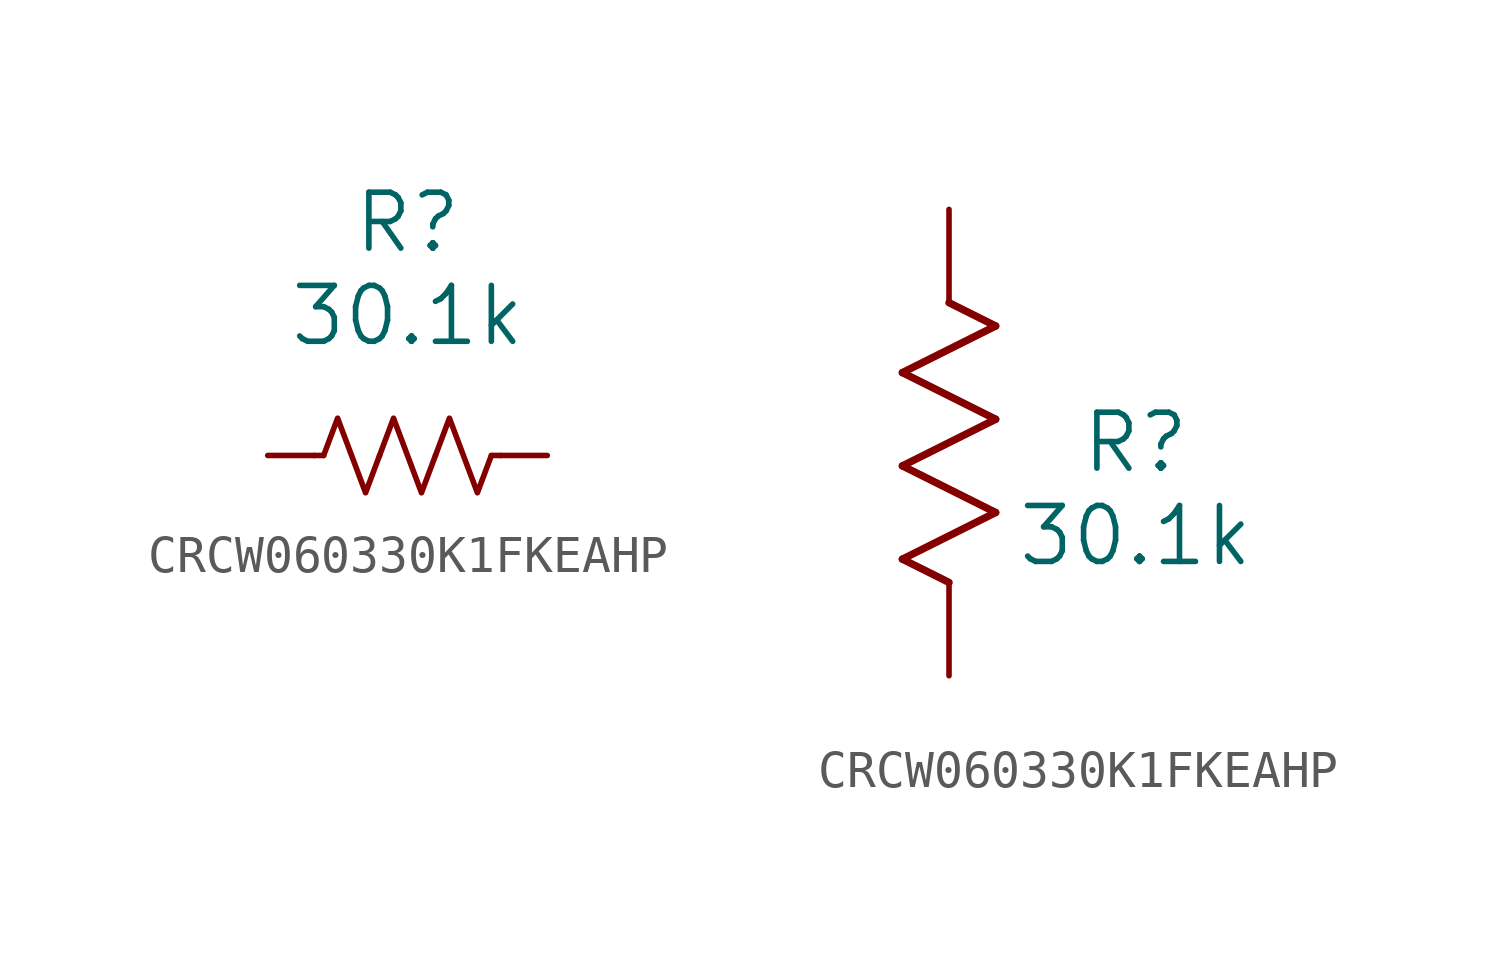
<source format=kicad_sym>
(kicad_symbol_lib
  (version 20220914)
  (generator kicad_symbol_editor)
  (symbol "CRCW060330K1FKEAHP"
    (pin_numbers hide)
    (pin_names
      (offset 0.254) hide)
    (property "Reference" "R"
      (at 5.08 6.35 0)
      (effects (font (size 1.524 1.524))))
    (property "Value" "30.1k"
      (at 5.08 3.81 0)
      (effects (font (size 1.524 1.524))))
    (symbol "CRCW060330K1FKEAHP_0_1"
      (polyline (pts (xy 2.794 0) (xy 2.54 0)) (stroke (width 0) (type default)) (fill (type none)))
      (polyline (pts (xy 7.366 0) (xy 7.62 0)) (stroke (width 0) (type default)) (fill (type none)))
      (polyline (pts (xy 2.794 0) (xy 3.175 1.016) (xy 3.556 0) (xy 3.937 -1.016) (xy 4.318 0)) (stroke (width 0) (type default)) (fill (type none)))
      (polyline (pts (xy 4.318 0) (xy 4.699 1.016) (xy 5.08 0) (xy 5.461 -1.016) (xy 5.842 0)) (stroke (width 0) (type default)) (fill (type none)))
      (polyline (pts (xy 5.842 0) (xy 6.223 1.016) (xy 6.604 0) (xy 6.985 -1.016) (xy 7.366 0)) (stroke (width 0) (type default)) (fill (type none))))
    (symbol "CRCW060330K1FKEAHP_1_1"
      (pin passive line (at 1.27 0 0) (length 1.27) (name "" (effects (font (size 1.27 1.27)))) (number "1" (effects (font (size 1.27 1.27)))))
      (pin passive line (at 8.89 0 180) (length 1.27) (name "" (effects (font (size 1.27 1.27)))) (number "2" (effects (font (size 1.27 1.27))))))
    (symbol "CRCW060330K1FKEAHP_1_2"
      (polyline (pts (xy -1.27 3.175) (xy 1.27 4.445)) (stroke (width 0.203) (type default)) (fill (type none)))
      (polyline (pts (xy -1.27 5.715) (xy 1.27 6.985)) (stroke (width 0.203) (type default)) (fill (type none)))
      (polyline (pts (xy -1.27 8.255) (xy 1.27 9.525)) (stroke (width 0.203) (type default)) (fill (type none)))
      (polyline (pts (xy 0 2.54) (xy -1.27 3.175)) (stroke (width 0.203) (type default)) (fill (type none)))
      (polyline (pts (xy 1.27 4.445) (xy -1.27 5.715)) (stroke (width 0.203) (type default)) (fill (type none)))
      (polyline (pts (xy 1.27 6.985) (xy -1.27 8.255)) (stroke (width 0.203) (type default)) (fill (type none)))
      (polyline (pts (xy 1.27 9.525) (xy 0 10.16)) (stroke (width 0.203) (type default)) (fill (type none)))
      (pin unspecified line (at 0 12.7 270) (length 2.54) (name "" (effects (font (size 1.27 1.27)))) (number "1" (effects (font (size 1.27 1.27)))))
      (pin unspecified line (at 0 0 90) (length 2.54) (name "" (effects (font (size 1.27 1.27)))) (number "2" (effects (font (size 1.27 1.27))))))))
</source>
